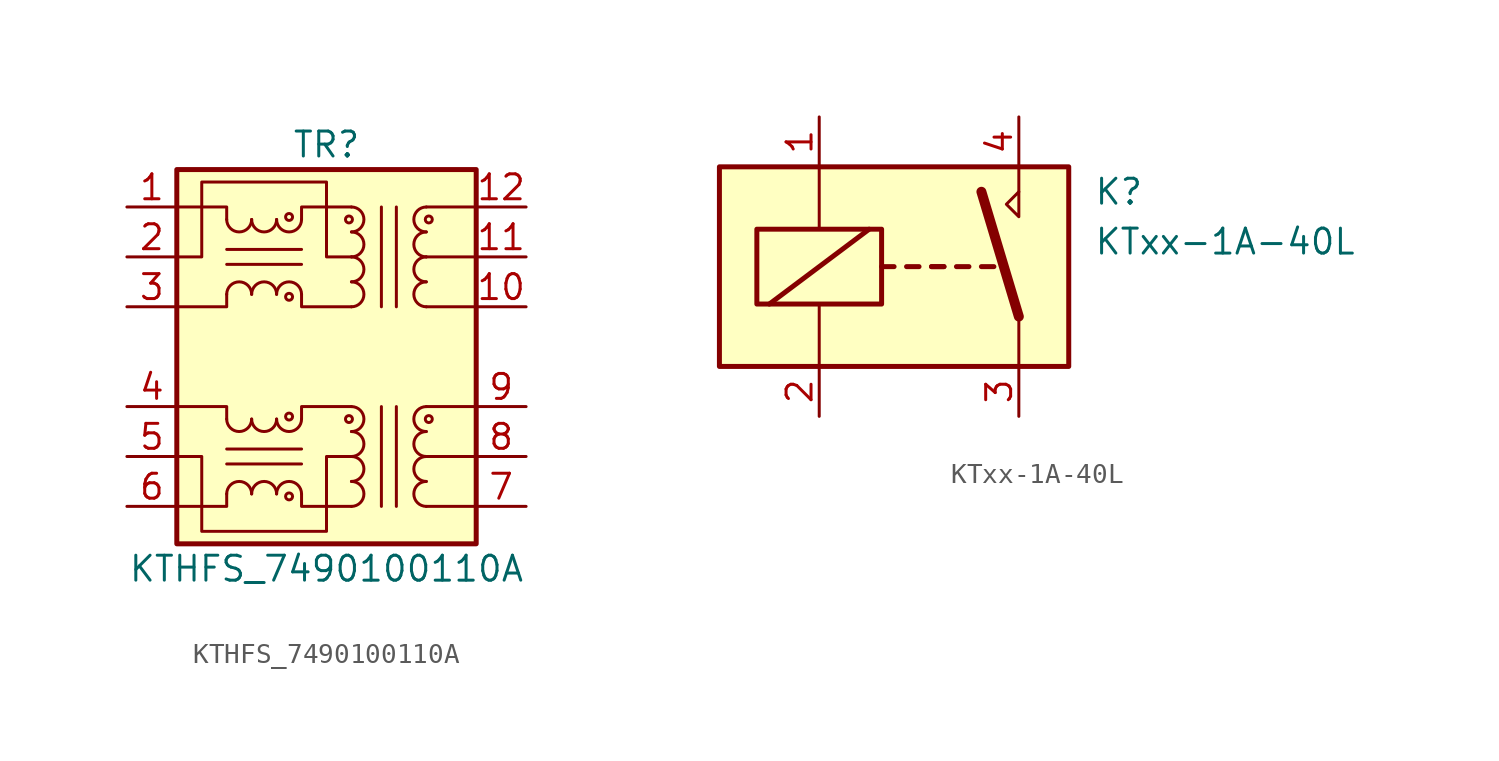
<source format=kicad_sym>
(kicad_symbol_lib
  (version 20241209)
  (generator "kicad_symbol_editor")
  (generator_version "9.0")
  (symbol "KTHFS_7490100110A"
    (pin_names
      (hide yes))
    (property "Reference" "TR"
      (at 0 10.795 0)
      (effects (font (size 1.27 1.27))))
    (property "Value" "KTHFS_7490100110A"
      (at 0 -10.795 0)
      (effects (font (size 1.27 1.27))))
    (symbol "KTHFS_7490100110A_0_1"
      (polyline (pts (xy -5.08 6.985) (xy -5.08 7.62) (xy -7.62 7.62)) (stroke (width 0) (type solid)) (fill (type none)))
      (polyline (pts (xy -5.08 3.175) (xy -5.08 2.54) (xy -7.62 2.54)) (stroke (width 0) (type solid)) (fill (type none)))
      (polyline (pts (xy -1.27 6.985) (xy -1.27 7.62) (xy 1.27 7.62)) (stroke (width 0) (type solid)) (fill (type none)))
      (polyline (pts (xy -1.27 5.461) (xy -5.08 5.461)) (stroke (width 0) (type solid)) (fill (type none)))
      (polyline (pts (xy -1.27 4.699) (xy -5.08 4.699)) (stroke (width 0) (type solid)) (fill (type none)))
      (polyline (pts (xy 1.27 5.08) (xy 0 5.08) (xy 0 8.89) (xy -6.35 8.89) (xy -6.35 5.08) (xy -7.62 5.08)) (stroke (width 0) (type solid)) (fill (type none)))
      (polyline (pts (xy 1.27 2.54) (xy -1.27 2.54) (xy -1.27 3.175)) (stroke (width 0) (type solid)) (fill (type none)))
      (polyline (pts (xy 2.794 7.62) (xy 2.794 2.54)) (stroke (width 0) (type solid)) (fill (type none)))
      (polyline (pts (xy 2.794 -7.62) (xy 2.794 -2.54)) (stroke (width 0) (type solid)) (fill (type none)))
      (polyline (pts (xy 3.556 2.54) (xy 3.556 7.62)) (stroke (width 0) (type solid)) (fill (type none)))
      (polyline (pts (xy 3.556 -2.54) (xy 3.556 -7.62)) (stroke (width 0) (type solid)) (fill (type none)))
      (polyline (pts (xy 5.08 7.62) (xy 7.62 7.62)) (stroke (width 0) (type solid)) (fill (type none)))
      (polyline (pts (xy 5.08 5.08) (xy 7.62 5.08)) (stroke (width 0) (type solid)) (fill (type none)))
      (polyline (pts (xy 5.08 2.54) (xy 7.62 2.54)) (stroke (width 0) (type solid)) (fill (type none)))
      (arc (start 5.08 6.35) (mid 4.448 6.985) (end 5.08 7.62) (stroke (width 0) (type solid)) (fill (type none)))
      (circle (center 5.207 6.985) (radius 0.178) (stroke (width 0) (type solid)) (fill (type none)))
      (rectangle (start 7.62 9.525) (end -7.62 -9.525) (stroke (width 0.254) (type solid)) (fill (type background))))
    (symbol "KTHFS_7490100110A_1_1"
      (polyline (pts (xy -7.62 -5.08) (xy -6.35 -5.08) (xy -6.35 -8.89) (xy 0 -8.89) (xy 0 -5.08) (xy 1.27 -5.08)) (stroke (width 0) (type solid)) (fill (type none)))
      (polyline (pts (xy -5.08 -3.175) (xy -5.08 -2.54) (xy -7.62 -2.54)) (stroke (width 0) (type solid)) (fill (type none)))
      (polyline (pts (xy -5.08 -6.985) (xy -5.08 -7.62) (xy -7.62 -7.62)) (stroke (width 0) (type solid)) (fill (type none)))
      (arc (start -3.81 6.985) (mid -4.445 6.3527) (end -5.08 6.985) (stroke (width 0) (type solid)) (fill (type none)))
      (arc (start -5.08 3.175) (mid -4.445 3.8073) (end -3.81 3.175) (stroke (width 0) (type solid)) (fill (type none)))
      (arc (start -3.81 -3.175) (mid -4.445 -3.8073) (end -5.08 -3.175) (stroke (width 0) (type solid)) (fill (type none)))
      (arc (start -5.08 -6.985) (mid -4.445 -6.3527) (end -3.81 -6.985) (stroke (width 0) (type solid)) (fill (type none)))
      (arc (start -2.54 6.985) (mid -3.175 6.3527) (end -3.81 6.985) (stroke (width 0) (type solid)) (fill (type none)))
      (arc (start -3.81 3.175) (mid -3.175 3.8073) (end -2.54 3.175) (stroke (width 0) (type solid)) (fill (type none)))
      (arc (start -2.54 -3.175) (mid -3.175 -3.8073) (end -3.81 -3.175) (stroke (width 0) (type solid)) (fill (type none)))
      (arc (start -3.81 -6.985) (mid -3.175 -6.3527) (end -2.54 -6.985) (stroke (width 0) (type solid)) (fill (type none)))
      (circle (center -1.905 7.112) (radius 0.178) (stroke (width 0) (type solid)) (fill (type none)))
      (arc (start -1.27 6.985) (mid -1.905 6.3527) (end -2.54 6.985) (stroke (width 0) (type solid)) (fill (type none)))
      (arc (start -2.54 3.175) (mid -1.905 3.8073) (end -1.27 3.175) (stroke (width 0) (type solid)) (fill (type none)))
      (circle (center -1.905 3.048) (radius 0.178) (stroke (width 0) (type solid)) (fill (type none)))
      (circle (center -1.905 -3.048) (radius 0.178) (stroke (width 0) (type solid)) (fill (type none)))
      (arc (start -1.27 -3.175) (mid -1.905 -3.8073) (end -2.54 -3.175) (stroke (width 0) (type solid)) (fill (type none)))
      (arc (start -2.54 -6.985) (mid -1.905 -6.3527) (end -1.27 -6.985) (stroke (width 0) (type solid)) (fill (type none)))
      (circle (center -1.905 -7.112) (radius 0.178) (stroke (width 0) (type solid)) (fill (type none)))
      (polyline (pts (xy -1.27 -3.175) (xy -1.27 -2.54) (xy 1.27 -2.54)) (stroke (width 0) (type solid)) (fill (type none)))
      (polyline (pts (xy -1.27 -4.699) (xy -5.08 -4.699)) (stroke (width 0) (type solid)) (fill (type none)))
      (polyline (pts (xy -1.27 -5.461) (xy -5.08 -5.461)) (stroke (width 0) (type solid)) (fill (type none)))
      (circle (center 1.143 6.985) (radius 0.178) (stroke (width 0) (type solid)) (fill (type none)))
      (circle (center 1.143 -3.175) (radius 0.178) (stroke (width 0) (type solid)) (fill (type none)))
      (arc (start 1.27 7.62) (mid 1.9023 6.985) (end 1.27 6.35) (stroke (width 0) (type solid)) (fill (type none)))
      (arc (start 1.27 6.35) (mid 1.9023 5.715) (end 1.27 5.08) (stroke (width 0) (type solid)) (fill (type none)))
      (arc (start 1.27 5.08) (mid 1.9023 4.445) (end 1.27 3.81) (stroke (width 0) (type solid)) (fill (type none)))
      (arc (start 1.27 3.81) (mid 1.9023 3.175) (end 1.27 2.54) (stroke (width 0) (type solid)) (fill (type none)))
      (arc (start 1.27 -2.54) (mid 1.9023 -3.175) (end 1.27 -3.81) (stroke (width 0) (type solid)) (fill (type none)))
      (arc (start 1.27 -3.81) (mid 1.9023 -4.445) (end 1.27 -5.08) (stroke (width 0) (type solid)) (fill (type none)))
      (arc (start 1.27 -5.08) (mid 1.9023 -5.715) (end 1.27 -6.35) (stroke (width 0) (type solid)) (fill (type none)))
      (arc (start 1.27 -6.35) (mid 1.9023 -6.985) (end 1.27 -7.62) (stroke (width 0) (type solid)) (fill (type none)))
      (polyline (pts (xy 1.27 -7.62) (xy -1.27 -7.62) (xy -1.27 -6.985)) (stroke (width 0) (type solid)) (fill (type none)))
      (polyline (pts (xy 5.08 -2.54) (xy 7.62 -2.54)) (stroke (width 0) (type solid)) (fill (type none)))
      (polyline (pts (xy 5.08 -5.08) (xy 7.62 -5.08)) (stroke (width 0) (type solid)) (fill (type none)))
      (polyline (pts (xy 5.08 -7.62) (xy 7.62 -7.62)) (stroke (width 0) (type solid)) (fill (type none)))
      (arc (start 5.08 5.08) (mid 4.448 5.715) (end 5.08 6.35) (stroke (width 0) (type solid)) (fill (type none)))
      (arc (start 5.08 3.81) (mid 4.448 4.445) (end 5.08 5.08) (stroke (width 0) (type solid)) (fill (type none)))
      (arc (start 5.08 2.54) (mid 4.448 3.175) (end 5.08 3.81) (stroke (width 0) (type solid)) (fill (type none)))
      (arc (start 5.08 -3.81) (mid 4.448 -3.175) (end 5.08 -2.54) (stroke (width 0) (type solid)) (fill (type none)))
      (arc (start 5.08 -5.08) (mid 4.448 -4.445) (end 5.08 -3.81) (stroke (width 0) (type solid)) (fill (type none)))
      (arc (start 5.08 -6.35) (mid 4.448 -5.715) (end 5.08 -5.08) (stroke (width 0) (type solid)) (fill (type none)))
      (arc (start 5.08 -7.62) (mid 4.448 -6.985) (end 5.08 -6.35) (stroke (width 0) (type solid)) (fill (type none)))
      (circle (center 5.207 -3.175) (radius 0.178) (stroke (width 0) (type solid)) (fill (type none)))
      (pin passive line (at -10.16 7.62 0) (length 2.54) (name "RX-" (effects (font (size 1.27 1.27)))) (number "1" (effects (font (size 1.27 1.27)))))
      (pin passive line (at -10.16 5.08 0) (length 2.54) (name "C_RX" (effects (font (size 1.27 1.27)))) (number "2" (effects (font (size 1.27 1.27)))))
      (pin passive line (at -10.16 2.54 0) (length 2.54) (name "RX+" (effects (font (size 1.27 1.27)))) (number "3" (effects (font (size 1.27 1.27)))))
      (pin passive line (at -10.16 -2.54 0) (length 2.54) (name "TX-" (effects (font (size 1.27 1.27)))) (number "4" (effects (font (size 1.27 1.27)))))
      (pin passive line (at -10.16 -5.08 0) (length 2.54) (name "C_TX" (effects (font (size 1.27 1.27)))) (number "5" (effects (font (size 1.27 1.27)))))
      (pin passive line (at -10.16 -7.62 0) (length 2.54) (name "TX+" (effects (font (size 1.27 1.27)))) (number "6" (effects (font (size 1.27 1.27)))))
      (pin passive line (at 10.16 7.62 180) (length 2.54) (name "RD-" (effects (font (size 1.27 1.27)))) (number "12" (effects (font (size 1.27 1.27)))))
      (pin passive line (at 10.16 5.08 180) (length 2.54) (name "C_RD" (effects (font (size 1.27 1.27)))) (number "11" (effects (font (size 1.27 1.27)))))
      (pin passive line (at 10.16 2.54 180) (length 2.54) (name "RD+" (effects (font (size 1.27 1.27)))) (number "10" (effects (font (size 1.27 1.27)))))
      (pin passive line (at 10.16 -2.54 180) (length 2.54) (name "TD-" (effects (font (size 1.27 1.27)))) (number "9" (effects (font (size 1.27 1.27)))))
      (pin passive line (at 10.16 -5.08 180) (length 2.54) (name "C_TD" (effects (font (size 1.27 1.27)))) (number "8" (effects (font (size 1.27 1.27)))))
      (pin passive line (at 10.16 -7.62 180) (length 2.54) (name "TD+" (effects (font (size 1.27 1.27)))) (number "7" (effects (font (size 1.27 1.27)))))))
  (symbol "KTxx-1A-40L"
    (pin_names
      (offset 1.016))
    (property "Reference" "K"
      (at 8.89 3.81 0)
      (effects (font (size 1.27 1.27)) (justify left)))
    (property "Value" "KTxx-1A-40L"
      (at 8.89 1.27 0)
      (effects (font (size 1.27 1.27)) (justify left)))
    (symbol "KTxx-1A-40L_0_0"
      (polyline (pts (xy 5.08 3.81) (xy 5.08 5.08)) (stroke (width 0) (type solid)) (fill (type none)))
      (polyline (pts (xy 5.08 3.81) (xy 5.08 2.54) (xy 4.445 3.175) (xy 5.08 3.81)) (stroke (width 0) (type solid)) (fill (type none))))
    (symbol "KTxx-1A-40L_0_1"
      (rectangle (start -10.16 5.08) (end 7.62 -5.08) (stroke (width 0.254) (type solid)) (fill (type background)))
      (rectangle (start -8.255 1.905) (end -1.905 -1.905) (stroke (width 0.254) (type solid)) (fill (type none)))
      (polyline (pts (xy -7.62 -1.905) (xy -2.54 1.905)) (stroke (width 0.254) (type solid)) (fill (type none)))
      (polyline (pts (xy -5.08 5.08) (xy -5.08 1.905)) (stroke (width 0) (type solid)) (fill (type none)))
      (polyline (pts (xy -5.08 -5.08) (xy -5.08 -1.905)) (stroke (width 0) (type solid)) (fill (type none)))
      (polyline (pts (xy -1.905 0) (xy -1.27 0)) (stroke (width 0.254) (type solid)) (fill (type none)))
      (polyline (pts (xy -0.635 0) (xy 0 0)) (stroke (width 0.254) (type solid)) (fill (type none)))
      (polyline (pts (xy 0.635 0) (xy 1.27 0)) (stroke (width 0.254) (type solid)) (fill (type none)))
      (polyline (pts (xy 0.635 0) (xy 1.27 0)) (stroke (width 0.254) (type solid)) (fill (type none)))
      (polyline (pts (xy 1.905 0) (xy 2.54 0)) (stroke (width 0.254) (type solid)) (fill (type none)))
      (polyline (pts (xy 3.175 0) (xy 3.81 0)) (stroke (width 0.254) (type solid)) (fill (type none)))
      (polyline (pts (xy 5.08 -2.54) (xy 3.175 3.81)) (stroke (width 0.508) (type solid)) (fill (type none)))
      (polyline (pts (xy 5.08 -2.54) (xy 5.08 -5.08)) (stroke (width 0) (type solid)) (fill (type none))))
    (symbol "KTxx-1A-40L_1_1"
      (pin passive line (at -5.08 7.62 270) (length 2.54) (name "~" (effects (font (size 1.27 1.27)))) (number "1" (effects (font (size 1.27 1.27)))))
      (pin passive line (at -5.08 -7.62 90) (length 2.54) (name "~" (effects (font (size 1.27 1.27)))) (number "2" (effects (font (size 1.27 1.27)))))
      (pin passive line (at 5.08 7.62 270) (length 2.54) (name "~" (effects (font (size 1.27 1.27)))) (number "4" (effects (font (size 1.27 1.27)))))
      (pin passive line (at 5.08 -7.62 90) (length 2.54) (name "~" (effects (font (size 1.27 1.27)))) (number "3" (effects (font (size 1.27 1.27))))))))
</source>
